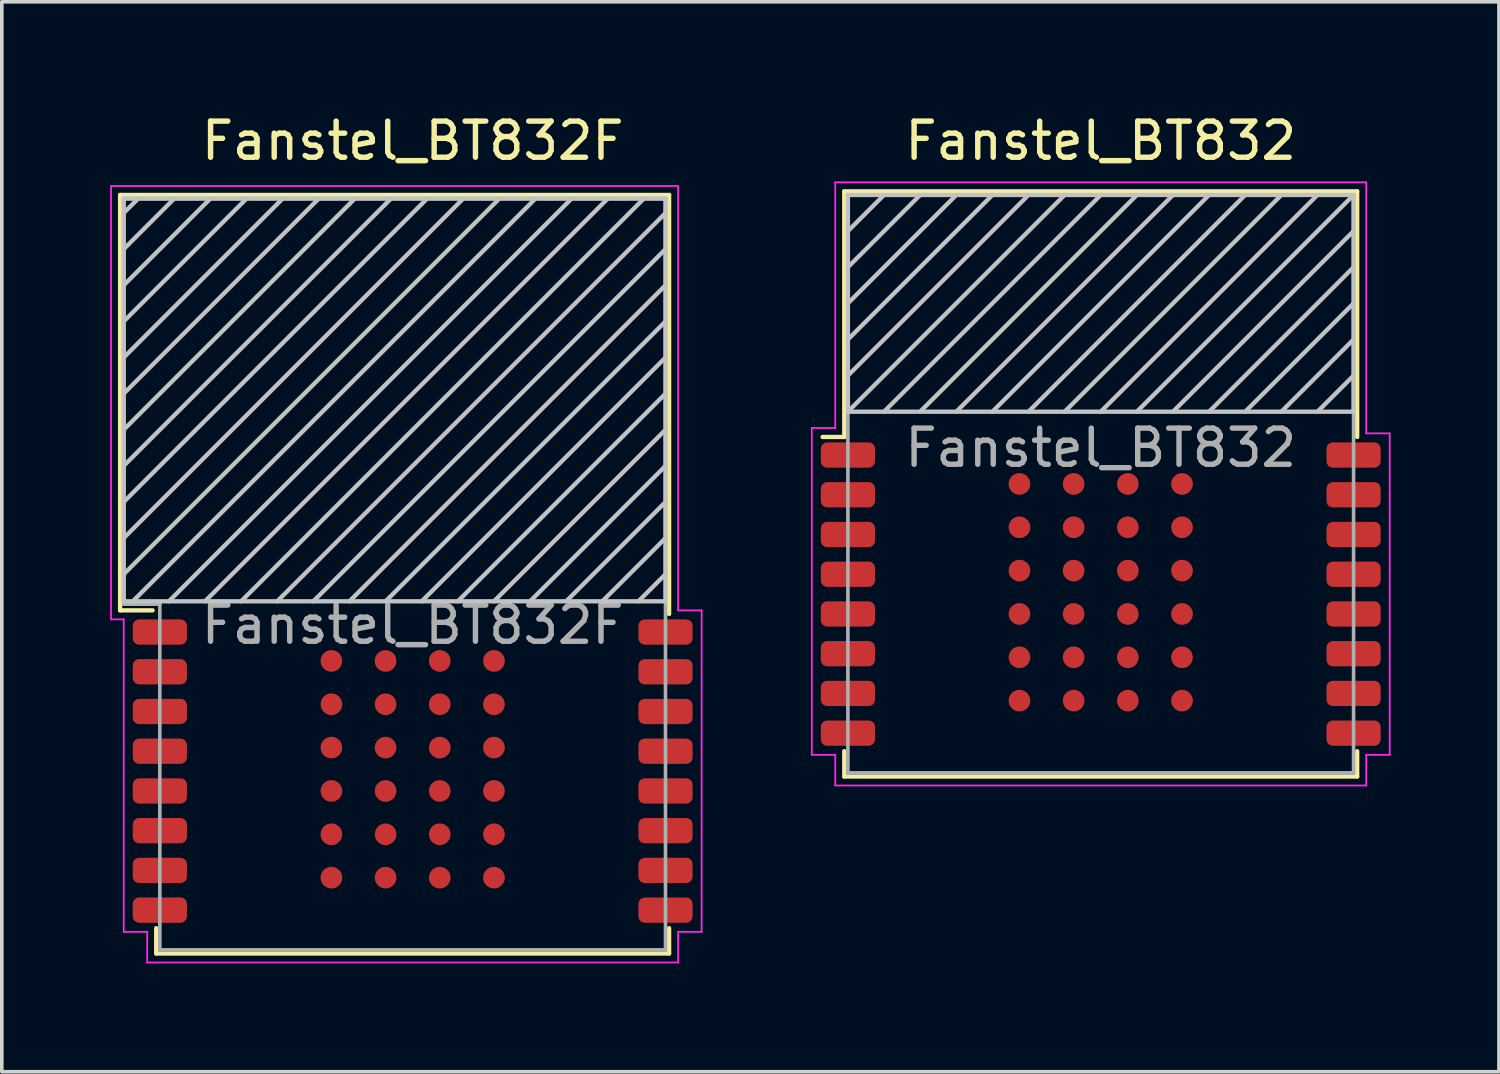
<source format=kicad_pcb>
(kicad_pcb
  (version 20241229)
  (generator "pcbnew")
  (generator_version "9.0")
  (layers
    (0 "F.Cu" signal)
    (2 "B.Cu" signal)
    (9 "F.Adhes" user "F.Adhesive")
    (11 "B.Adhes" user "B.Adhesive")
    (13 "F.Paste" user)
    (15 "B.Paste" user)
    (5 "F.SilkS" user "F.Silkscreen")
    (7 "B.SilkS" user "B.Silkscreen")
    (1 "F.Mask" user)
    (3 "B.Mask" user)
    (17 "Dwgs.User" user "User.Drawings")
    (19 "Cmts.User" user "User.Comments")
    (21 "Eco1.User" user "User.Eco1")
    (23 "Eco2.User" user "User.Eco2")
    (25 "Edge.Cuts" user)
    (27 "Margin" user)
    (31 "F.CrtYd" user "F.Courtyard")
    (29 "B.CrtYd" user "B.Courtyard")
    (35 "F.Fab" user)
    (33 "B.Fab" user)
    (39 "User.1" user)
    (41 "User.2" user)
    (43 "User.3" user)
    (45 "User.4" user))
  (footprint "Fanstel_BT832"
    (layer "F.Cu")
    (at 27.425 13.398)
    (property "Reference" "Fanstel_BT832" (at 0 -12.55 0) (unlocked yes) (layer "F.SilkS") (effects (font (size 1 1) (thickness 0.15))))
    (attr smd)
    (fp_line (start -7.1 -11.15) (end 7.1 -11.15) (stroke (width 0.12) (type solid)) (layer "F.SilkS"))
    (fp_line (start -7.1 -4.35) (end -7.7 -4.35) (stroke (width 0.12) (type solid)) (layer "F.SilkS"))
    (fp_line (start -7.1 -4.35) (end -7.1 -11.15) (stroke (width 0.12) (type solid)) (layer "F.SilkS"))
    (fp_line (start -7.1 5.05) (end -7.1 4.35) (stroke (width 0.12) (type solid)) (layer "F.SilkS"))
    (fp_line (start -7.1 5.05) (end 7.1 5.05) (stroke (width 0.12) (type solid)) (layer "F.SilkS"))
    (fp_line (start 7.1 -11.15) (end 7.1 -4.35) (stroke (width 0.12) (type solid)) (layer "F.SilkS"))
    (fp_line (start 7.1 5.05) (end 7.1 4.35) (stroke (width 0.12) (type solid)) (layer "F.SilkS"))
    (fp_line (start -7 -11.05) (end -7 -5.05) (stroke (width 0.12) (type solid)) (layer "Dwgs.User"))
    (fp_line (start -7 -10.05) (end -6 -11.05) (stroke (width 0.12) (type solid)) (layer "Dwgs.User"))
    (fp_line (start -7 -9.05) (end -5 -11.05) (stroke (width 0.12) (type solid)) (layer "Dwgs.User"))
    (fp_line (start -7 -8.05) (end -4 -11.05) (stroke (width 0.12) (type solid)) (layer "Dwgs.User"))
    (fp_line (start -7 -7.05) (end -3 -11.05) (stroke (width 0.12) (type solid)) (layer "Dwgs.User"))
    (fp_line (start -7 -6.05) (end -2 -11.05) (stroke (width 0.12) (type solid)) (layer "Dwgs.User"))
    (fp_line (start -7 -5.05) (end -1 -11.05) (stroke (width 0.12) (type solid)) (layer "Dwgs.User"))
    (fp_line (start -7 -5.05) (end 7 -5.05) (stroke (width 0.12) (type solid)) (layer "Dwgs.User"))
    (fp_line (start -6 -5.05) (end 0 -11.05) (stroke (width 0.12) (type solid)) (layer "Dwgs.User"))
    (fp_line (start -5 -5.05) (end 1 -11.05) (stroke (width 0.12) (type solid)) (layer "Dwgs.User"))
    (fp_line (start -4 -5.05) (end 2 -11.05) (stroke (width 0.12) (type solid)) (layer "Dwgs.User"))
    (fp_line (start -3 -5.05) (end 3 -11.05) (stroke (width 0.12) (type solid)) (layer "Dwgs.User"))
    (fp_line (start -2 -5.05) (end 4 -11.05) (stroke (width 0.12) (type solid)) (layer "Dwgs.User"))
    (fp_line (start -1 -5.05) (end 5 -11.05) (stroke (width 0.12) (type solid)) (layer "Dwgs.User"))
    (fp_line (start 0 -5.05) (end 6 -11.05) (stroke (width 0.12) (type solid)) (layer "Dwgs.User"))
    (fp_line (start 1 -5.05) (end 7 -11.05) (stroke (width 0.12) (type solid)) (layer "Dwgs.User"))
    (fp_line (start 2 -5.05) (end 7 -10.05) (stroke (width 0.12) (type solid)) (layer "Dwgs.User"))
    (fp_line (start 3 -5.05) (end 7 -9.05) (stroke (width 0.12) (type solid)) (layer "Dwgs.User"))
    (fp_line (start 4 -5.05) (end 7 -8.05) (stroke (width 0.12) (type solid)) (layer "Dwgs.User"))
    (fp_line (start 5 -5.05) (end 7 -7.05) (stroke (width 0.12) (type solid)) (layer "Dwgs.User"))
    (fp_line (start 6 -5.05) (end 7 -6.05) (stroke (width 0.12) (type solid)) (layer "Dwgs.User"))
    (fp_line (start 7 -11.05) (end -7 -11.05) (stroke (width 0.12) (type solid)) (layer "Dwgs.User"))
    (fp_line (start 7 -5.05) (end 7 -11.05) (stroke (width 0.12) (type solid)) (layer "Dwgs.User"))
    (fp_line (start -8 -4.6) (end -8 4.45) (stroke (width 0.05) (type solid)) (layer "F.CrtYd"))
    (fp_line (start -8 -4.6) (end -7.35 -4.6) (stroke (width 0.05) (type solid)) (layer "F.CrtYd"))
    (fp_line (start -7.35 -11.4) (end 7.35 -11.4) (stroke (width 0.05) (type solid)) (layer "F.CrtYd"))
    (fp_line (start -7.35 -4.6) (end -7.35 -11.4) (stroke (width 0.05) (type solid)) (layer "F.CrtYd"))
    (fp_line (start -7.35 4.45) (end -8 4.45) (stroke (width 0.05) (type solid)) (layer "F.CrtYd"))
    (fp_line (start -7.35 5.3) (end -7.35 4.45) (stroke (width 0.05) (type solid)) (layer "F.CrtYd"))
    (fp_line (start 7.35 -11.4) (end 7.35 -4.45) (stroke (width 0.05) (type solid)) (layer "F.CrtYd"))
    (fp_line (start 7.35 -4.45) (end 8 -4.45) (stroke (width 0.05) (type solid)) (layer "F.CrtYd"))
    (fp_line (start 7.35 4.45) (end 7.35 5.3) (stroke (width 0.05) (type solid)) (layer "F.CrtYd"))
    (fp_line (start 7.35 5.3) (end -7.35 5.3) (stroke (width 0.05) (type solid)) (layer "F.CrtYd"))
    (fp_line (start 8 -4.45) (end 8 4.45) (stroke (width 0.05) (type solid)) (layer "F.CrtYd"))
    (fp_line (start 8 4.45) (end 7.35 4.45) (stroke (width 0.05) (type solid)) (layer "F.CrtYd"))
    (fp_line (start -7 -11.05) (end 7 -11.05) (stroke (width 0.1) (type solid)) (layer "F.Fab"))
    (fp_line (start -7 4.95) (end -7 -11.05) (stroke (width 0.1) (type solid)) (layer "F.Fab"))
    (fp_line (start -7 4.95) (end 7 4.95) (stroke (width 0.1) (type solid)) (layer "F.Fab"))
    (fp_line (start 7 4.95) (end 7 -11.05) (stroke (width 0.1) (type solid)) (layer "F.Fab"))
    (fp_text user "${REFERENCE}" (at 0 -4.05 0) (unlocked yes) (layer "F.Fab") (effects (font (size 1 1) (thickness 0.15))))
    (pad "1" smd roundrect (at -7 -3.85) (size 1.5 0.7) (layers "F.Cu" "F.Mask" "F.Paste") (roundrect_rratio 0.25))
    (pad "2" smd roundrect (at -7 -2.75) (size 1.5 0.7) (layers "F.Cu" "F.Mask" "F.Paste") (roundrect_rratio 0.25))
    (pad "3" smd roundrect (at -7 -1.65) (size 1.5 0.7) (layers "F.Cu" "F.Mask" "F.Paste") (roundrect_rratio 0.25))
    (pad "4" smd roundrect (at -7 -0.55) (size 1.5 0.7) (layers "F.Cu" "F.Mask" "F.Paste") (roundrect_rratio 0.25))
    (pad "5" smd roundrect (at -7 0.55) (size 1.5 0.7) (layers "F.Cu" "F.Mask" "F.Paste") (roundrect_rratio 0.25))
    (pad "6" smd roundrect (at -7 1.65) (size 1.5 0.7) (layers "F.Cu" "F.Mask" "F.Paste") (roundrect_rratio 0.25))
    (pad "7" smd roundrect (at -7 2.75) (size 1.5 0.7) (layers "F.Cu" "F.Mask" "F.Paste") (roundrect_rratio 0.25))
    (pad "8" smd roundrect (at -7 3.85) (size 1.5 0.7) (layers "F.Cu" "F.Mask" "F.Paste") (roundrect_rratio 0.25))
    (pad "9" smd roundrect (at 7 3.85) (size 1.5 0.7) (layers "F.Cu" "F.Mask" "F.Paste") (roundrect_rratio 0.25))
    (pad "10" smd roundrect (at 7 2.75) (size 1.5 0.7) (layers "F.Cu" "F.Mask" "F.Paste") (roundrect_rratio 0.25))
    (pad "11" smd roundrect (at 7 1.65) (size 1.5 0.7) (layers "F.Cu" "F.Mask" "F.Paste") (roundrect_rratio 0.25))
    (pad "12" smd roundrect (at 7 0.55) (size 1.5 0.7) (layers "F.Cu" "F.Mask" "F.Paste") (roundrect_rratio 0.25))
    (pad "13" smd roundrect (at 7 -0.55) (size 1.5 0.7) (layers "F.Cu" "F.Mask" "F.Paste") (roundrect_rratio 0.25))
    (pad "14" smd roundrect (at 7 -1.65) (size 1.5 0.7) (layers "F.Cu" "F.Mask" "F.Paste") (roundrect_rratio 0.25))
    (pad "15" smd roundrect (at 7 -2.75) (size 1.5 0.7) (layers "F.Cu" "F.Mask" "F.Paste") (roundrect_rratio 0.25))
    (pad "16" smd roundrect (at 7 -3.85) (size 1.5 0.7) (layers "F.Cu" "F.Mask" "F.Paste") (roundrect_rratio 0.25))
    (pad "A0" smd circle (at -2.25 -3.05) (size 0.6 0.6) (layers "F.Cu" "F.Mask" "F.Paste"))
    (pad "A1" smd circle (at -2.25 -1.85) (size 0.6 0.6) (layers "F.Cu" "F.Mask" "F.Paste"))
    (pad "A2" smd circle (at -2.25 -0.65) (size 0.6 0.6) (layers "F.Cu" "F.Mask" "F.Paste"))
    (pad "A3" smd circle (at -2.25 0.55) (size 0.6 0.6) (layers "F.Cu" "F.Mask" "F.Paste"))
    (pad "A4" smd circle (at -2.25 1.75) (size 0.6 0.6) (layers "F.Cu" "F.Mask" "F.Paste"))
    (pad "A5" smd circle (at -2.25 2.95) (size 0.6 0.6) (layers "F.Cu" "F.Mask" "F.Paste"))
    (pad "B0" smd circle (at -0.75 -3.05) (size 0.6 0.6) (layers "F.Cu" "F.Mask" "F.Paste"))
    (pad "B1" smd circle (at -0.75 -1.85) (size 0.6 0.6) (layers "F.Cu" "F.Mask" "F.Paste"))
    (pad "B2" smd circle (at -0.75 -0.65) (size 0.6 0.6) (layers "F.Cu" "F.Mask" "F.Paste"))
    (pad "B3" smd circle (at -0.75 0.55) (size 0.6 0.6) (layers "F.Cu" "F.Mask" "F.Paste"))
    (pad "B4" smd circle (at -0.75 1.75) (size 0.6 0.6) (layers "F.Cu" "F.Mask" "F.Paste"))
    (pad "B5" smd circle (at -0.75 2.95) (size 0.6 0.6) (layers "F.Cu" "F.Mask" "F.Paste"))
    (pad "C0" smd circle (at 0.75 -3.05) (size 0.6 0.6) (layers "F.Cu" "F.Mask" "F.Paste"))
    (pad "C1" smd circle (at 0.75 -1.85) (size 0.6 0.6) (layers "F.Cu" "F.Mask" "F.Paste"))
    (pad "C2" smd circle (at 0.75 -0.65) (size 0.6 0.6) (layers "F.Cu" "F.Mask" "F.Paste"))
    (pad "C3" smd circle (at 0.75 0.55) (size 0.6 0.6) (layers "F.Cu" "F.Mask" "F.Paste"))
    (pad "C4" smd circle (at 0.75 1.75) (size 0.6 0.6) (layers "F.Cu" "F.Mask" "F.Paste"))
    (pad "C5" smd circle (at 0.75 2.95) (size 0.6 0.6) (layers "F.Cu" "F.Mask" "F.Paste"))
    (pad "D0" smd circle (at 2.25 -3.05) (size 0.6 0.6) (layers "F.Cu" "F.Mask" "F.Paste"))
    (pad "D1" smd circle (at 2.25 -1.85) (size 0.6 0.6) (layers "F.Cu" "F.Mask" "F.Paste"))
    (pad "D2" smd circle (at 2.25 -0.65) (size 0.6 0.6) (layers "F.Cu" "F.Mask" "F.Paste"))
    (pad "D3" smd circle (at 2.25 0.55) (size 0.6 0.6) (layers "F.Cu" "F.Mask" "F.Paste"))
    (pad "D4" smd circle (at 2.25 1.75) (size 0.6 0.6) (layers "F.Cu" "F.Mask" "F.Paste"))
    (pad "D5" smd circle (at 2.25 2.95) (size 0.6 0.6) (layers "F.Cu" "F.Mask" "F.Paste")))
  (footprint "Fanstel_BT832F"
    (layer "F.Cu")
    (at 8.375 18.298)
    (property "Reference" "Fanstel_BT832F" (at 0 -17.45 0) (unlocked yes) (layer "F.SilkS") (effects (font (size 1 1) (thickness 0.15))))
    (attr smd)
    (fp_line (start -8.1 -15.95) (end -8.1 -4.45) (stroke (width 0.12) (type solid)) (layer "F.SilkS"))
    (fp_line (start -8.1 -4.45) (end -7.2 -4.45) (stroke (width 0.12) (type solid)) (layer "F.SilkS"))
    (fp_line (start -7.1 5.05) (end -7.1 4.35) (stroke (width 0.12) (type solid)) (layer "F.SilkS"))
    (fp_line (start -7.1 5.05) (end 7.1 5.05) (stroke (width 0.12) (type solid)) (layer "F.SilkS"))
    (fp_line (start 7.1 -15.95) (end -8.1 -15.95) (stroke (width 0.12) (type solid)) (layer "F.SilkS"))
    (fp_line (start 7.1 -15.95) (end 7.1 -4.35) (stroke (width 0.12) (type solid)) (layer "F.SilkS"))
    (fp_line (start 7.1 5.05) (end 7.1 4.35) (stroke (width 0.12) (type solid)) (layer "F.SilkS"))
    (fp_line (start -8 -15.85) (end 7 -15.85) (stroke (width 0.12) (type solid)) (layer "Dwgs.User"))
    (fp_line (start -8 -15.45) (end -7.6 -15.85) (stroke (width 0.12) (type solid)) (layer "Dwgs.User"))
    (fp_line (start -8 -14.45) (end -6.6 -15.85) (stroke (width 0.12) (type solid)) (layer "Dwgs.User"))
    (fp_line (start -8 -13.45) (end -5.6 -15.85) (stroke (width 0.12) (type solid)) (layer "Dwgs.User"))
    (fp_line (start -8 -12.45) (end -4.6 -15.85) (stroke (width 0.12) (type solid)) (layer "Dwgs.User"))
    (fp_line (start -8 -11.45) (end -3.6 -15.85) (stroke (width 0.12) (type solid)) (layer "Dwgs.User"))
    (fp_line (start -8 -10.45) (end -2.6 -15.85) (stroke (width 0.12) (type solid)) (layer "Dwgs.User"))
    (fp_line (start -8 -9.45) (end -1.6 -15.85) (stroke (width 0.12) (type solid)) (layer "Dwgs.User"))
    (fp_line (start -8 -8.45) (end -0.6 -15.85) (stroke (width 0.12) (type solid)) (layer "Dwgs.User"))
    (fp_line (start -8 -7.45) (end 0.4 -15.85) (stroke (width 0.12) (type solid)) (layer "Dwgs.User"))
    (fp_line (start -8 -6.45) (end 1.4 -15.85) (stroke (width 0.12) (type solid)) (layer "Dwgs.User"))
    (fp_line (start -8 -5.45) (end 2.4 -15.85) (stroke (width 0.12) (type solid)) (layer "Dwgs.User"))
    (fp_line (start -8 -4.7) (end -8 -15.85) (stroke (width 0.12) (type solid)) (layer "Dwgs.User"))
    (fp_line (start -8 -4.7) (end 7 -4.7) (stroke (width 0.12) (type solid)) (layer "Dwgs.User"))
    (fp_line (start -7.75 -4.7) (end 3.4 -15.85) (stroke (width 0.12) (type solid)) (layer "Dwgs.User"))
    (fp_line (start -6.75 -4.7) (end 4.4 -15.85) (stroke (width 0.12) (type solid)) (layer "Dwgs.User"))
    (fp_line (start -5.75 -4.7) (end 5.4 -15.85) (stroke (width 0.12) (type solid)) (layer "Dwgs.User"))
    (fp_line (start -4.75 -4.7) (end 6.4 -15.85) (stroke (width 0.12) (type solid)) (layer "Dwgs.User"))
    (fp_line (start -3.75 -4.7) (end 7 -15.45) (stroke (width 0.12) (type solid)) (layer "Dwgs.User"))
    (fp_line (start -2.75 -4.7) (end 7 -14.45) (stroke (width 0.12) (type solid)) (layer "Dwgs.User"))
    (fp_line (start -1.75 -4.7) (end 7 -13.45) (stroke (width 0.12) (type solid)) (layer "Dwgs.User"))
    (fp_line (start -0.75 -4.7) (end 7 -12.45) (stroke (width 0.12) (type solid)) (layer "Dwgs.User"))
    (fp_line (start 0.25 -4.7) (end 7 -11.45) (stroke (width 0.12) (type solid)) (layer "Dwgs.User"))
    (fp_line (start 1.25 -4.7) (end 7 -10.45) (stroke (width 0.12) (type solid)) (layer "Dwgs.User"))
    (fp_line (start 2.25 -4.7) (end 7 -9.45) (stroke (width 0.12) (type solid)) (layer "Dwgs.User"))
    (fp_line (start 3.25 -4.7) (end 7 -8.45) (stroke (width 0.12) (type solid)) (layer "Dwgs.User"))
    (fp_line (start 4.25 -4.7) (end 7 -7.45) (stroke (width 0.12) (type solid)) (layer "Dwgs.User"))
    (fp_line (start 5.25 -4.7) (end 7 -6.45) (stroke (width 0.12) (type solid)) (layer "Dwgs.User"))
    (fp_line (start 6.25 -4.7) (end 7 -5.45) (stroke (width 0.12) (type solid)) (layer "Dwgs.User"))
    (fp_line (start 7 -4.7) (end 7 -15.85) (stroke (width 0.12) (type solid)) (layer "Dwgs.User"))
    (fp_line (start -8.35 -16.2) (end 7.35 -16.2) (stroke (width 0.05) (type solid)) (layer "F.CrtYd"))
    (fp_line (start -8.35 -4.2) (end -8.35 -16.2) (stroke (width 0.05) (type solid)) (layer "F.CrtYd"))
    (fp_line (start -8 -4.2) (end -8.35 -4.2) (stroke (width 0.05) (type solid)) (layer "F.CrtYd"))
    (fp_line (start -8 -4.2) (end -8 4.45) (stroke (width 0.05) (type solid)) (layer "F.CrtYd"))
    (fp_line (start -7.35 4.45) (end -8 4.45) (stroke (width 0.05) (type solid)) (layer "F.CrtYd"))
    (fp_line (start -7.35 5.3) (end -7.35 4.45) (stroke (width 0.05) (type solid)) (layer "F.CrtYd"))
    (fp_line (start 7.35 -16.2) (end 7.35 -4.45) (stroke (width 0.05) (type solid)) (layer "F.CrtYd"))
    (fp_line (start 7.35 -4.45) (end 8 -4.45) (stroke (width 0.05) (type solid)) (layer "F.CrtYd"))
    (fp_line (start 7.35 4.45) (end 7.35 5.3) (stroke (width 0.05) (type solid)) (layer "F.CrtYd"))
    (fp_line (start 7.35 5.3) (end -7.35 5.3) (stroke (width 0.05) (type solid)) (layer "F.CrtYd"))
    (fp_line (start 8 -4.45) (end 8 4.45) (stroke (width 0.05) (type solid)) (layer "F.CrtYd"))
    (fp_line (start 8 4.45) (end 7.35 4.45) (stroke (width 0.05) (type solid)) (layer "F.CrtYd"))
    (fp_line (start -8 -15.85) (end 7 -15.85) (stroke (width 0.1) (type solid)) (layer "F.Fab"))
    (fp_line (start -8 -4.62) (end -8 -15.85) (stroke (width 0.1) (type solid)) (layer "F.Fab"))
    (fp_line (start -7 -4.62) (end -8 -4.62) (stroke (width 0.1) (type solid)) (layer "F.Fab"))
    (fp_line (start -7 4.95) (end -7 -4.62) (stroke (width 0.1) (type solid)) (layer "F.Fab"))
    (fp_line (start -7 4.95) (end 7 4.95) (stroke (width 0.1) (type solid)) (layer "F.Fab"))
    (fp_line (start 7 4.95) (end 7 -15.85) (stroke (width 0.1) (type solid)) (layer "F.Fab"))
    (fp_text user "${REFERENCE}" (at 0 -4.05 0) (unlocked yes) (layer "F.Fab") (effects (font (size 1 1) (thickness 0.15))))
    (pad "1" smd roundrect (at -7 -3.85) (size 1.5 0.7) (layers "F.Cu" "F.Mask" "F.Paste") (roundrect_rratio 0.25))
    (pad "2" smd roundrect (at -7 -2.75) (size 1.5 0.7) (layers "F.Cu" "F.Mask" "F.Paste") (roundrect_rratio 0.25))
    (pad "3" smd roundrect (at -7 -1.65) (size 1.5 0.7) (layers "F.Cu" "F.Mask" "F.Paste") (roundrect_rratio 0.25))
    (pad "4" smd roundrect (at -7 -0.55) (size 1.5 0.7) (layers "F.Cu" "F.Mask" "F.Paste") (roundrect_rratio 0.25))
    (pad "5" smd roundrect (at -7 0.55) (size 1.5 0.7) (layers "F.Cu" "F.Mask" "F.Paste") (roundrect_rratio 0.25))
    (pad "6" smd roundrect (at -7 1.65) (size 1.5 0.7) (layers "F.Cu" "F.Mask" "F.Paste") (roundrect_rratio 0.25))
    (pad "7" smd roundrect (at -7 2.75) (size 1.5 0.7) (layers "F.Cu" "F.Mask" "F.Paste") (roundrect_rratio 0.25))
    (pad "8" smd roundrect (at -7 3.85) (size 1.5 0.7) (layers "F.Cu" "F.Mask" "F.Paste") (roundrect_rratio 0.25))
    (pad "9" smd roundrect (at 7 3.85) (size 1.5 0.7) (layers "F.Cu" "F.Mask" "F.Paste") (roundrect_rratio 0.25))
    (pad "10" smd roundrect (at 7 2.75) (size 1.5 0.7) (layers "F.Cu" "F.Mask" "F.Paste") (roundrect_rratio 0.25))
    (pad "11" smd roundrect (at 7 1.65) (size 1.5 0.7) (layers "F.Cu" "F.Mask" "F.Paste") (roundrect_rratio 0.25))
    (pad "12" smd roundrect (at 7 0.55) (size 1.5 0.7) (layers "F.Cu" "F.Mask" "F.Paste") (roundrect_rratio 0.25))
    (pad "13" smd roundrect (at 7 -0.55) (size 1.5 0.7) (layers "F.Cu" "F.Mask" "F.Paste") (roundrect_rratio 0.25))
    (pad "14" smd roundrect (at 7 -1.65) (size 1.5 0.7) (layers "F.Cu" "F.Mask" "F.Paste") (roundrect_rratio 0.25))
    (pad "15" smd roundrect (at 7 -2.75) (size 1.5 0.7) (layers "F.Cu" "F.Mask" "F.Paste") (roundrect_rratio 0.25))
    (pad "16" smd roundrect (at 7 -3.85) (size 1.5 0.7) (layers "F.Cu" "F.Mask" "F.Paste") (roundrect_rratio 0.25))
    (pad "A0" smd circle (at -2.25 -3.05) (size 0.6 0.6) (layers "F.Cu" "F.Mask" "F.Paste"))
    (pad "A1" smd circle (at -2.25 -1.85) (size 0.6 0.6) (layers "F.Cu" "F.Mask" "F.Paste"))
    (pad "A2" smd circle (at -2.25 -0.65) (size 0.6 0.6) (layers "F.Cu" "F.Mask" "F.Paste"))
    (pad "A3" smd circle (at -2.25 0.55) (size 0.6 0.6) (layers "F.Cu" "F.Mask" "F.Paste"))
    (pad "A4" smd circle (at -2.25 1.75) (size 0.6 0.6) (layers "F.Cu" "F.Mask" "F.Paste"))
    (pad "A5" smd circle (at -2.25 2.95) (size 0.6 0.6) (layers "F.Cu" "F.Mask" "F.Paste"))
    (pad "B0" smd circle (at -0.75 -3.05) (size 0.6 0.6) (layers "F.Cu" "F.Mask" "F.Paste"))
    (pad "B1" smd circle (at -0.75 -1.85) (size 0.6 0.6) (layers "F.Cu" "F.Mask" "F.Paste"))
    (pad "B2" smd circle (at -0.75 -0.65) (size 0.6 0.6) (layers "F.Cu" "F.Mask" "F.Paste"))
    (pad "B3" smd circle (at -0.75 0.55) (size 0.6 0.6) (layers "F.Cu" "F.Mask" "F.Paste"))
    (pad "B4" smd circle (at -0.75 1.75) (size 0.6 0.6) (layers "F.Cu" "F.Mask" "F.Paste"))
    (pad "B5" smd circle (at -0.75 2.95) (size 0.6 0.6) (layers "F.Cu" "F.Mask" "F.Paste"))
    (pad "C0" smd circle (at 0.75 -3.05) (size 0.6 0.6) (layers "F.Cu" "F.Mask" "F.Paste"))
    (pad "C1" smd circle (at 0.75 -1.85) (size 0.6 0.6) (layers "F.Cu" "F.Mask" "F.Paste"))
    (pad "C2" smd circle (at 0.75 -0.65) (size 0.6 0.6) (layers "F.Cu" "F.Mask" "F.Paste"))
    (pad "C3" smd circle (at 0.75 0.55) (size 0.6 0.6) (layers "F.Cu" "F.Mask" "F.Paste"))
    (pad "C4" smd circle (at 0.75 1.75) (size 0.6 0.6) (layers "F.Cu" "F.Mask" "F.Paste"))
    (pad "C5" smd circle (at 0.75 2.95) (size 0.6 0.6) (layers "F.Cu" "F.Mask" "F.Paste"))
    (pad "D0" smd circle (at 2.25 -3.05) (size 0.6 0.6) (layers "F.Cu" "F.Mask" "F.Paste"))
    (pad "D1" smd circle (at 2.25 -1.85) (size 0.6 0.6) (layers "F.Cu" "F.Mask" "F.Paste"))
    (pad "D2" smd circle (at 2.25 -0.65) (size 0.6 0.6) (layers "F.Cu" "F.Mask" "F.Paste"))
    (pad "D3" smd circle (at 2.25 0.55) (size 0.6 0.6) (layers "F.Cu" "F.Mask" "F.Paste"))
    (pad "D4" smd circle (at 2.25 1.75) (size 0.6 0.6) (layers "F.Cu" "F.Mask" "F.Paste"))
    (pad "D5" smd circle (at 2.25 2.95) (size 0.6 0.6) (layers "F.Cu" "F.Mask" "F.Paste")))
  (gr_rect
    (start -3 -3)
    (end 38.45 26.623)
    (stroke (width 0.1) (type default))
    (fill no)
    (layer "Edge.Cuts")))
</source>
